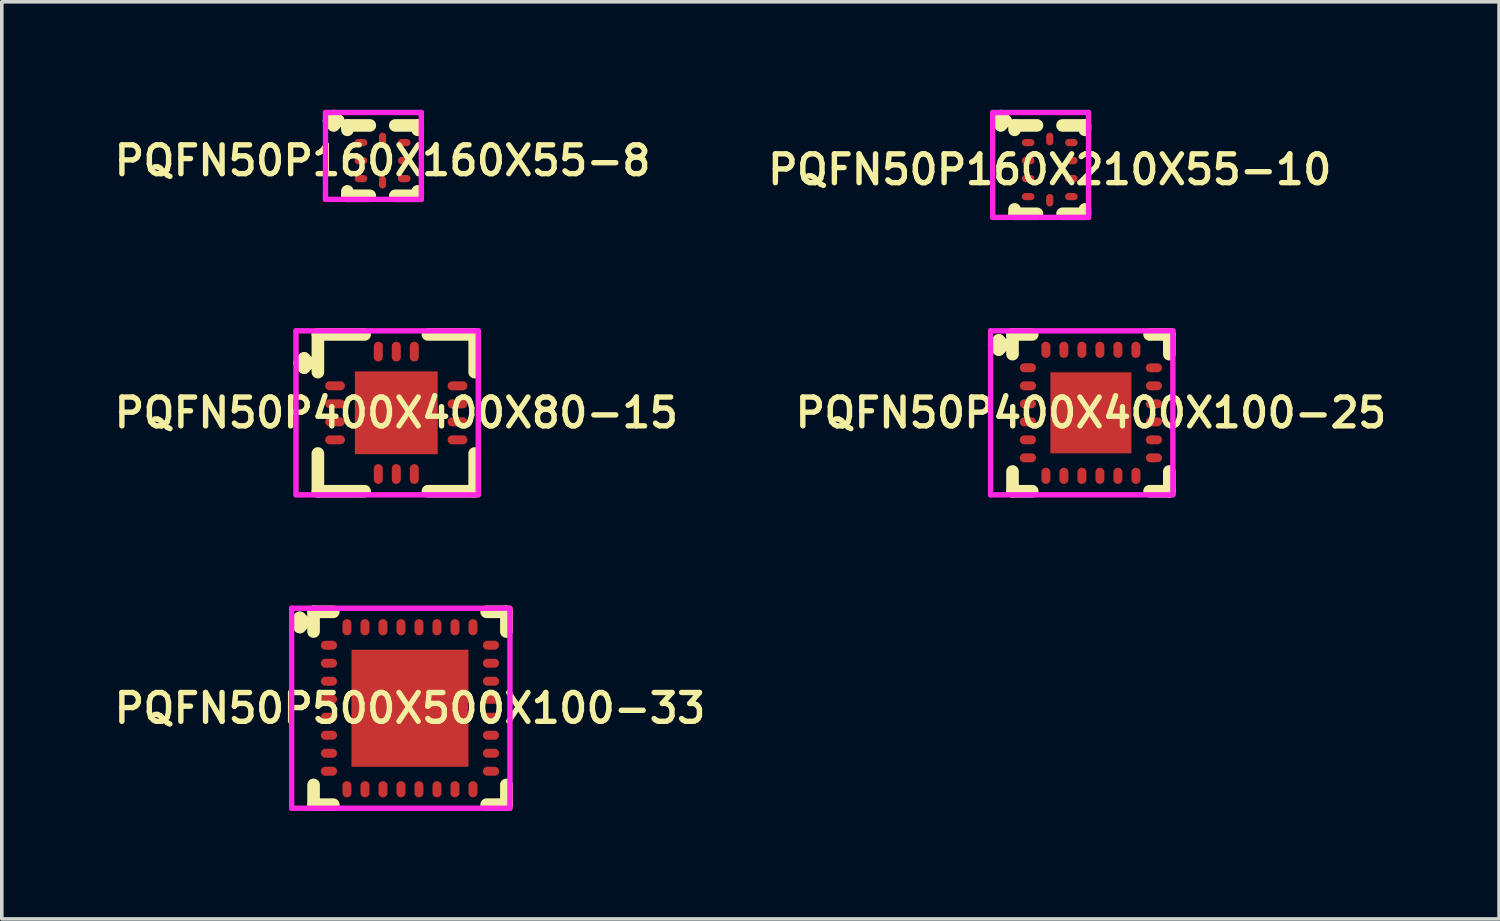
<source format=kicad_pcb>
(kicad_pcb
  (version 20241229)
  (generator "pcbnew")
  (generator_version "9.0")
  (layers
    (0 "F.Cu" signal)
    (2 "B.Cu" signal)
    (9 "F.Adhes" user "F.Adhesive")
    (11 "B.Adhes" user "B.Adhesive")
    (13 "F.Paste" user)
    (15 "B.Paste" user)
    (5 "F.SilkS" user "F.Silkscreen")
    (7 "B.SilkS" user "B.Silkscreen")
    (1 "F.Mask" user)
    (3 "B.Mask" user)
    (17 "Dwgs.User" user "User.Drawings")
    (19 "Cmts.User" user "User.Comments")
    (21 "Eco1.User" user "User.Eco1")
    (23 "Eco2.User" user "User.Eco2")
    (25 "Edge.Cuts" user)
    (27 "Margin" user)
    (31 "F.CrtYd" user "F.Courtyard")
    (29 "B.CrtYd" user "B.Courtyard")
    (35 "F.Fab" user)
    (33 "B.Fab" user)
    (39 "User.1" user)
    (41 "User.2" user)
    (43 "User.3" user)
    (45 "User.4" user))
  (footprint "PQFN50P400X400X80-15"
    (layer "F.Cu")
    (at 7.955 8.414)
    (property "Reference" "PQFN50P400X400X80-15" (at 0 0 0) (layer "F.SilkS") (effects (font (size 0.8 0.8) (thickness 0.15))))
    (attr smd)
    (fp_line (start -2.685 -1.383) (end -2.558 -1.51) (stroke (width 0.35) (type solid)) (layer "F.SilkS"))
    (fp_line (start -2.558 -1.51) (end -2.431 -1.383) (stroke (width 0.35) (type solid)) (layer "F.SilkS"))
    (fp_line (start -2.558 -1.256) (end -2.685 -1.383) (stroke (width 0.35) (type solid)) (layer "F.SilkS"))
    (fp_line (start -2.431 -1.383) (end -2.558 -1.256) (stroke (width 0.35) (type solid)) (layer "F.SilkS"))
    (fp_line (start -2.177 -2.177) (end -0.879 -2.177) (stroke (width 0.35) (type solid)) (layer "F.SilkS"))
    (fp_line (start -2.177 -1.129) (end -2.177 -2.177) (stroke (width 0.35) (type solid)) (layer "F.SilkS"))
    (fp_line (start -2.177 1.129) (end -2.177 2.177) (stroke (width 0.35) (type solid)) (layer "F.SilkS"))
    (fp_line (start -2.177 2.177) (end -0.879 2.177) (stroke (width 0.35) (type solid)) (layer "F.SilkS"))
    (fp_line (start 0.879 -2.177) (end 2.177 -2.177) (stroke (width 0.35) (type solid)) (layer "F.SilkS"))
    (fp_line (start 0.879 2.177) (end 2.177 2.177) (stroke (width 0.35) (type solid)) (layer "F.SilkS"))
    (fp_line (start 2.177 -2.177) (end 2.177 -1.129) (stroke (width 0.35) (type solid)) (layer "F.SilkS"))
    (fp_line (start 2.177 2.177) (end 2.177 1.129) (stroke (width 0.35) (type solid)) (layer "F.SilkS"))
    (fp_line (start -2.785 -2.277) (end 2.277 -2.277) (stroke (width 0.15) (type solid)) (layer "F.CrtYd"))
    (fp_line (start -2.785 2.277) (end -2.785 -2.277) (stroke (width 0.15) (type solid)) (layer "F.CrtYd"))
    (fp_line (start 2.277 -2.277) (end 2.277 2.277) (stroke (width 0.15) (type solid)) (layer "F.CrtYd"))
    (fp_line (start 2.277 2.277) (end -2.785 2.277) (stroke (width 0.15) (type solid)) (layer "F.CrtYd"))
    (pad "1" smd oval (at -1.7 -0.75) (size 0.55 0.25) (layers "F.Cu" "F.Mask" "F.Paste"))
    (pad "2" smd oval (at -1.7 -0.25) (size 0.55 0.25) (layers "F.Cu" "F.Mask" "F.Paste"))
    (pad "3" smd oval (at -1.7 0.25) (size 0.55 0.25) (layers "F.Cu" "F.Mask" "F.Paste"))
    (pad "4" smd oval (at -1.7 0.75) (size 0.55 0.25) (layers "F.Cu" "F.Mask" "F.Paste"))
    (pad "5" smd oval (at -0.5 1.7) (size 0.25 0.55) (layers "F.Cu" "F.Mask" "F.Paste"))
    (pad "6" smd oval (at 0 1.7) (size 0.25 0.55) (layers "F.Cu" "F.Mask" "F.Paste"))
    (pad "7" smd oval (at 0.5 1.7) (size 0.25 0.55) (layers "F.Cu" "F.Mask" "F.Paste"))
    (pad "8" smd oval (at 1.7 0.75) (size 0.55 0.25) (layers "F.Cu" "F.Mask" "F.Paste"))
    (pad "9" smd oval (at 1.7 0.25) (size 0.55 0.25) (layers "F.Cu" "F.Mask" "F.Paste"))
    (pad "10" smd oval (at 1.7 -0.25) (size 0.55 0.25) (layers "F.Cu" "F.Mask" "F.Paste"))
    (pad "11" smd oval (at 1.7 -0.75) (size 0.55 0.25) (layers "F.Cu" "F.Mask" "F.Paste"))
    (pad "12" smd oval (at 0.5 -1.7) (size 0.25 0.55) (layers "F.Cu" "F.Mask" "F.Paste"))
    (pad "13" smd oval (at 0 -1.7) (size 0.25 0.55) (layers "F.Cu" "F.Mask" "F.Paste"))
    (pad "14" smd oval (at -0.5 -1.7) (size 0.25 0.55) (layers "F.Cu" "F.Mask" "F.Paste"))
    (pad "15" smd rect (at 0 0) (size 2.3 2.3) (layers "F.Cu" "F.Mask" "F.Paste")))
  (footprint "PQFN50P160X210X55-10"
    (layer "F.Cu")
    (at 26.102 1.66)
    (property "Reference" "PQFN50P160X210X55-10" (at 0 0 0) (layer "F.SilkS") (effects (font (size 0.8 0.8) (thickness 0.15))))
    (attr smd)
    (fp_line (start -1.485 -1.358) (end -1.358 -1.485) (stroke (width 0.35) (type solid)) (layer "F.SilkS"))
    (fp_line (start -1.358 -1.485) (end -1.231 -1.358) (stroke (width 0.35) (type solid)) (layer "F.SilkS"))
    (fp_line (start -1.358 -1.231) (end -1.485 -1.358) (stroke (width 0.35) (type solid)) (layer "F.SilkS"))
    (fp_line (start -1.231 -1.358) (end -1.358 -1.231) (stroke (width 0.35) (type solid)) (layer "F.SilkS"))
    (fp_line (start -0.977 -1.227) (end -0.354 -1.227) (stroke (width 0.35) (type solid)) (layer "F.SilkS"))
    (fp_line (start -0.977 -1.104) (end -0.977 -1.227) (stroke (width 0.35) (type solid)) (layer "F.SilkS"))
    (fp_line (start -0.977 1.104) (end -0.977 1.227) (stroke (width 0.35) (type solid)) (layer "F.SilkS"))
    (fp_line (start -0.977 1.227) (end -0.354 1.227) (stroke (width 0.35) (type solid)) (layer "F.SilkS"))
    (fp_line (start 0.354 -1.227) (end 0.977 -1.227) (stroke (width 0.35) (type solid)) (layer "F.SilkS"))
    (fp_line (start 0.354 1.227) (end 0.977 1.227) (stroke (width 0.35) (type solid)) (layer "F.SilkS"))
    (fp_line (start 0.977 -1.227) (end 0.977 -1.104) (stroke (width 0.35) (type solid)) (layer "F.SilkS"))
    (fp_line (start 0.977 1.227) (end 0.977 1.104) (stroke (width 0.35) (type solid)) (layer "F.SilkS"))
    (fp_line (start -1.585 -1.585) (end 1.077 -1.585) (stroke (width 0.15) (type solid)) (layer "F.CrtYd"))
    (fp_line (start -1.585 1.327) (end -1.585 -1.585) (stroke (width 0.15) (type solid)) (layer "F.CrtYd"))
    (fp_line (start 1.077 -1.585) (end 1.077 1.327) (stroke (width 0.15) (type solid)) (layer "F.CrtYd"))
    (fp_line (start 1.077 1.327) (end -1.585 1.327) (stroke (width 0.15) (type solid)) (layer "F.CrtYd"))
    (pad "1" smd oval (at -0.6 -0.75) (size 0.35 0.2) (layers "F.Cu" "F.Mask" "F.Paste"))
    (pad "2" smd oval (at -0.6 -0.25) (size 0.35 0.2) (layers "F.Cu" "F.Mask" "F.Paste"))
    (pad "3" smd oval (at -0.6 0.25) (size 0.35 0.2) (layers "F.Cu" "F.Mask" "F.Paste"))
    (pad "4" smd oval (at -0.6 0.75) (size 0.35 0.2) (layers "F.Cu" "F.Mask" "F.Paste"))
    (pad "5" smd oval (at 0 0.85) (size 0.2 0.35) (layers "F.Cu" "F.Mask" "F.Paste"))
    (pad "6" smd oval (at 0.6 0.75) (size 0.35 0.2) (layers "F.Cu" "F.Mask" "F.Paste"))
    (pad "7" smd oval (at 0.6 0.25) (size 0.35 0.2) (layers "F.Cu" "F.Mask" "F.Paste"))
    (pad "8" smd oval (at 0.6 -0.25) (size 0.35 0.2) (layers "F.Cu" "F.Mask" "F.Paste"))
    (pad "9" smd oval (at 0.6 -0.75) (size 0.35 0.2) (layers "F.Cu" "F.Mask" "F.Paste"))
    (pad "10" smd oval (at 0 -0.85) (size 0.2 0.35) (layers "F.Cu" "F.Mask" "F.Paste")))
  (footprint "PQFN50P400X400X100-25"
    (layer "F.Cu")
    (at 27.245 8.414)
    (property "Reference" "PQFN50P400X400X100-25" (at 0 0 0) (layer "F.SilkS") (effects (font (size 0.8 0.8) (thickness 0.15))))
    (attr smd)
    (fp_line (start -2.685 -1.883) (end -2.558 -2.01) (stroke (width 0.35) (type solid)) (layer "F.SilkS"))
    (fp_line (start -2.558 -2.01) (end -2.431 -1.883) (stroke (width 0.35) (type solid)) (layer "F.SilkS"))
    (fp_line (start -2.558 -1.756) (end -2.685 -1.883) (stroke (width 0.35) (type solid)) (layer "F.SilkS"))
    (fp_line (start -2.431 -1.883) (end -2.558 -1.756) (stroke (width 0.35) (type solid)) (layer "F.SilkS"))
    (fp_line (start -2.177 -2.177) (end -1.629 -2.177) (stroke (width 0.35) (type solid)) (layer "F.SilkS"))
    (fp_line (start -2.177 -1.629) (end -2.177 -2.177) (stroke (width 0.35) (type solid)) (layer "F.SilkS"))
    (fp_line (start -2.177 1.629) (end -2.177 2.177) (stroke (width 0.35) (type solid)) (layer "F.SilkS"))
    (fp_line (start -2.177 2.177) (end -1.629 2.177) (stroke (width 0.35) (type solid)) (layer "F.SilkS"))
    (fp_line (start 1.629 -2.177) (end 2.177 -2.177) (stroke (width 0.35) (type solid)) (layer "F.SilkS"))
    (fp_line (start 1.629 2.177) (end 2.177 2.177) (stroke (width 0.35) (type solid)) (layer "F.SilkS"))
    (fp_line (start 2.177 -2.177) (end 2.177 -1.629) (stroke (width 0.35) (type solid)) (layer "F.SilkS"))
    (fp_line (start 2.177 2.177) (end 2.177 1.629) (stroke (width 0.35) (type solid)) (layer "F.SilkS"))
    (fp_line (start -2.785 -2.277) (end 2.277 -2.277) (stroke (width 0.15) (type solid)) (layer "F.CrtYd"))
    (fp_line (start -2.785 2.277) (end -2.785 -2.277) (stroke (width 0.15) (type solid)) (layer "F.CrtYd"))
    (fp_line (start 2.277 -2.277) (end 2.277 2.277) (stroke (width 0.15) (type solid)) (layer "F.CrtYd"))
    (fp_line (start 2.277 2.277) (end -2.785 2.277) (stroke (width 0.15) (type solid)) (layer "F.CrtYd"))
    (pad "1" smd oval (at -1.75 -1.25) (size 0.45 0.25) (layers "F.Cu" "F.Mask" "F.Paste"))
    (pad "2" smd oval (at -1.75 -0.75) (size 0.45 0.25) (layers "F.Cu" "F.Mask" "F.Paste"))
    (pad "3" smd oval (at -1.75 -0.25) (size 0.45 0.25) (layers "F.Cu" "F.Mask" "F.Paste"))
    (pad "4" smd oval (at -1.75 0.25) (size 0.45 0.25) (layers "F.Cu" "F.Mask" "F.Paste"))
    (pad "5" smd oval (at -1.75 0.75) (size 0.45 0.25) (layers "F.Cu" "F.Mask" "F.Paste"))
    (pad "6" smd oval (at -1.75 1.25) (size 0.45 0.25) (layers "F.Cu" "F.Mask" "F.Paste"))
    (pad "7" smd oval (at -1.25 1.75) (size 0.25 0.45) (layers "F.Cu" "F.Mask" "F.Paste"))
    (pad "8" smd oval (at -0.75 1.75) (size 0.25 0.45) (layers "F.Cu" "F.Mask" "F.Paste"))
    (pad "9" smd oval (at -0.25 1.75) (size 0.25 0.45) (layers "F.Cu" "F.Mask" "F.Paste"))
    (pad "10" smd oval (at 0.25 1.75) (size 0.25 0.45) (layers "F.Cu" "F.Mask" "F.Paste"))
    (pad "11" smd oval (at 0.75 1.75) (size 0.25 0.45) (layers "F.Cu" "F.Mask" "F.Paste"))
    (pad "12" smd oval (at 1.25 1.75) (size 0.25 0.45) (layers "F.Cu" "F.Mask" "F.Paste"))
    (pad "13" smd oval (at 1.75 1.25) (size 0.45 0.25) (layers "F.Cu" "F.Mask" "F.Paste"))
    (pad "14" smd oval (at 1.75 0.75) (size 0.45 0.25) (layers "F.Cu" "F.Mask" "F.Paste"))
    (pad "15" smd oval (at 1.75 0.25) (size 0.45 0.25) (layers "F.Cu" "F.Mask" "F.Paste"))
    (pad "16" smd oval (at 1.75 -0.25) (size 0.45 0.25) (layers "F.Cu" "F.Mask" "F.Paste"))
    (pad "17" smd oval (at 1.75 -0.75) (size 0.45 0.25) (layers "F.Cu" "F.Mask" "F.Paste"))
    (pad "18" smd oval (at 1.75 -1.25) (size 0.45 0.25) (layers "F.Cu" "F.Mask" "F.Paste"))
    (pad "19" smd oval (at 1.25 -1.75) (size 0.25 0.45) (layers "F.Cu" "F.Mask" "F.Paste"))
    (pad "20" smd oval (at 0.75 -1.75) (size 0.25 0.45) (layers "F.Cu" "F.Mask" "F.Paste"))
    (pad "21" smd oval (at 0.25 -1.75) (size 0.25 0.45) (layers "F.Cu" "F.Mask" "F.Paste"))
    (pad "22" smd oval (at -0.25 -1.75) (size 0.25 0.45) (layers "F.Cu" "F.Mask" "F.Paste"))
    (pad "23" smd oval (at -0.75 -1.75) (size 0.25 0.45) (layers "F.Cu" "F.Mask" "F.Paste"))
    (pad "24" smd oval (at -1.25 -1.75) (size 0.25 0.45) (layers "F.Cu" "F.Mask" "F.Paste"))
    (pad "25" smd rect (at 0 0) (size 2.25 2.25) (layers "F.Cu" "F.Mask" "F.Paste")))
  (footprint "PQFN50P500X500X100-33"
    (layer "F.Cu")
    (at 8.335 16.618)
    (property "Reference" "PQFN50P500X500X100-33" (at 0 0 0) (layer "F.SilkS") (effects (font (size 0.8 0.8) (thickness 0.15))))
    (attr smd)
    (fp_line (start -3.185 -2.383) (end -3.058 -2.51) (stroke (width 0.35) (type solid)) (layer "F.SilkS"))
    (fp_line (start -3.058 -2.51) (end -2.931 -2.383) (stroke (width 0.35) (type solid)) (layer "F.SilkS"))
    (fp_line (start -3.058 -2.256) (end -3.185 -2.383) (stroke (width 0.35) (type solid)) (layer "F.SilkS"))
    (fp_line (start -2.931 -2.383) (end -3.058 -2.256) (stroke (width 0.35) (type solid)) (layer "F.SilkS"))
    (fp_line (start -2.677 -2.677) (end -2.129 -2.677) (stroke (width 0.35) (type solid)) (layer "F.SilkS"))
    (fp_line (start -2.677 -2.129) (end -2.677 -2.677) (stroke (width 0.35) (type solid)) (layer "F.SilkS"))
    (fp_line (start -2.677 2.129) (end -2.677 2.677) (stroke (width 0.35) (type solid)) (layer "F.SilkS"))
    (fp_line (start -2.677 2.677) (end -2.129 2.677) (stroke (width 0.35) (type solid)) (layer "F.SilkS"))
    (fp_line (start 2.129 -2.677) (end 2.677 -2.677) (stroke (width 0.35) (type solid)) (layer "F.SilkS"))
    (fp_line (start 2.129 2.677) (end 2.677 2.677) (stroke (width 0.35) (type solid)) (layer "F.SilkS"))
    (fp_line (start 2.677 -2.677) (end 2.677 -2.129) (stroke (width 0.35) (type solid)) (layer "F.SilkS"))
    (fp_line (start 2.677 2.677) (end 2.677 2.129) (stroke (width 0.35) (type solid)) (layer "F.SilkS"))
    (fp_line (start -3.285 -2.777) (end 2.777 -2.777) (stroke (width 0.15) (type solid)) (layer "F.CrtYd"))
    (fp_line (start -3.285 2.777) (end -3.285 -2.777) (stroke (width 0.15) (type solid)) (layer "F.CrtYd"))
    (fp_line (start 2.777 -2.777) (end 2.777 2.777) (stroke (width 0.15) (type solid)) (layer "F.CrtYd"))
    (fp_line (start 2.777 2.777) (end -3.285 2.777) (stroke (width 0.15) (type solid)) (layer "F.CrtYd"))
    (pad "1" smd oval (at -2.25 -1.75) (size 0.45 0.25) (layers "F.Cu" "F.Mask" "F.Paste"))
    (pad "2" smd oval (at -2.25 -1.25) (size 0.45 0.25) (layers "F.Cu" "F.Mask" "F.Paste"))
    (pad "3" smd oval (at -2.25 -0.75) (size 0.45 0.25) (layers "F.Cu" "F.Mask" "F.Paste"))
    (pad "4" smd oval (at -2.25 -0.25) (size 0.45 0.25) (layers "F.Cu" "F.Mask" "F.Paste"))
    (pad "5" smd oval (at -2.25 0.25) (size 0.45 0.25) (layers "F.Cu" "F.Mask" "F.Paste"))
    (pad "6" smd oval (at -2.25 0.75) (size 0.45 0.25) (layers "F.Cu" "F.Mask" "F.Paste"))
    (pad "7" smd oval (at -2.25 1.25) (size 0.45 0.25) (layers "F.Cu" "F.Mask" "F.Paste"))
    (pad "8" smd oval (at -2.25 1.75) (size 0.45 0.25) (layers "F.Cu" "F.Mask" "F.Paste"))
    (pad "9" smd oval (at -1.75 2.25) (size 0.25 0.45) (layers "F.Cu" "F.Mask" "F.Paste"))
    (pad "10" smd oval (at -1.25 2.25) (size 0.25 0.45) (layers "F.Cu" "F.Mask" "F.Paste"))
    (pad "11" smd oval (at -0.75 2.25) (size 0.25 0.45) (layers "F.Cu" "F.Mask" "F.Paste"))
    (pad "12" smd oval (at -0.25 2.25) (size 0.25 0.45) (layers "F.Cu" "F.Mask" "F.Paste"))
    (pad "13" smd oval (at 0.25 2.25) (size 0.25 0.45) (layers "F.Cu" "F.Mask" "F.Paste"))
    (pad "14" smd oval (at 0.75 2.25) (size 0.25 0.45) (layers "F.Cu" "F.Mask" "F.Paste"))
    (pad "15" smd oval (at 1.25 2.25) (size 0.25 0.45) (layers "F.Cu" "F.Mask" "F.Paste"))
    (pad "16" smd oval (at 1.75 2.25) (size 0.25 0.45) (layers "F.Cu" "F.Mask" "F.Paste"))
    (pad "17" smd oval (at 2.25 1.75) (size 0.45 0.25) (layers "F.Cu" "F.Mask" "F.Paste"))
    (pad "18" smd oval (at 2.25 1.25) (size 0.45 0.25) (layers "F.Cu" "F.Mask" "F.Paste"))
    (pad "19" smd oval (at 2.25 0.75) (size 0.45 0.25) (layers "F.Cu" "F.Mask" "F.Paste"))
    (pad "20" smd oval (at 2.25 0.25) (size 0.45 0.25) (layers "F.Cu" "F.Mask" "F.Paste"))
    (pad "21" smd oval (at 2.25 -0.25) (size 0.45 0.25) (layers "F.Cu" "F.Mask" "F.Paste"))
    (pad "22" smd oval (at 2.25 -0.75) (size 0.45 0.25) (layers "F.Cu" "F.Mask" "F.Paste"))
    (pad "23" smd oval (at 2.25 -1.25) (size 0.45 0.25) (layers "F.Cu" "F.Mask" "F.Paste"))
    (pad "24" smd oval (at 2.25 -1.75) (size 0.45 0.25) (layers "F.Cu" "F.Mask" "F.Paste"))
    (pad "25" smd oval (at 1.75 -2.25) (size 0.25 0.45) (layers "F.Cu" "F.Mask" "F.Paste"))
    (pad "26" smd oval (at 1.25 -2.25) (size 0.25 0.45) (layers "F.Cu" "F.Mask" "F.Paste"))
    (pad "27" smd oval (at 0.75 -2.25) (size 0.25 0.45) (layers "F.Cu" "F.Mask" "F.Paste"))
    (pad "28" smd oval (at 0.25 -2.25) (size 0.25 0.45) (layers "F.Cu" "F.Mask" "F.Paste"))
    (pad "29" smd oval (at -0.25 -2.25) (size 0.25 0.45) (layers "F.Cu" "F.Mask" "F.Paste"))
    (pad "30" smd oval (at -0.75 -2.25) (size 0.25 0.45) (layers "F.Cu" "F.Mask" "F.Paste"))
    (pad "31" smd oval (at -1.25 -2.25) (size 0.25 0.45) (layers "F.Cu" "F.Mask" "F.Paste"))
    (pad "32" smd oval (at -1.75 -2.25) (size 0.25 0.45) (layers "F.Cu" "F.Mask" "F.Paste"))
    (pad "33" smd rect (at 0 0) (size 3.25 3.25) (layers "F.Cu" "F.Mask" "F.Paste")))
  (footprint "PQFN50P160X160X55-8"
    (layer "F.Cu")
    (at 7.574 1.41)
    (property "Reference" "PQFN50P160X160X55-8" (at 0 0 0) (layer "F.SilkS") (effects (font (size 0.8 0.8) (thickness 0.15))))
    (attr smd)
    (fp_line (start -1.485 -1.108) (end -1.358 -1.235) (stroke (width 0.35) (type solid)) (layer "F.SilkS"))
    (fp_line (start -1.358 -1.235) (end -1.231 -1.108) (stroke (width 0.35) (type solid)) (layer "F.SilkS"))
    (fp_line (start -1.358 -0.981) (end -1.485 -1.108) (stroke (width 0.35) (type solid)) (layer "F.SilkS"))
    (fp_line (start -1.231 -1.108) (end -1.358 -0.981) (stroke (width 0.35) (type solid)) (layer "F.SilkS"))
    (fp_line (start -0.977 -0.977) (end -0.354 -0.977) (stroke (width 0.35) (type solid)) (layer "F.SilkS"))
    (fp_line (start -0.977 -0.854) (end -0.977 -0.977) (stroke (width 0.35) (type solid)) (layer "F.SilkS"))
    (fp_line (start -0.977 0.854) (end -0.977 0.977) (stroke (width 0.35) (type solid)) (layer "F.SilkS"))
    (fp_line (start -0.977 0.977) (end -0.354 0.977) (stroke (width 0.35) (type solid)) (layer "F.SilkS"))
    (fp_line (start 0.354 -0.977) (end 0.977 -0.977) (stroke (width 0.35) (type solid)) (layer "F.SilkS"))
    (fp_line (start 0.354 0.977) (end 0.977 0.977) (stroke (width 0.35) (type solid)) (layer "F.SilkS"))
    (fp_line (start 0.977 -0.977) (end 0.977 -0.854) (stroke (width 0.35) (type solid)) (layer "F.SilkS"))
    (fp_line (start 0.977 0.977) (end 0.977 0.854) (stroke (width 0.35) (type solid)) (layer "F.SilkS"))
    (fp_line (start -1.585 -1.335) (end 1.077 -1.335) (stroke (width 0.15) (type solid)) (layer "F.CrtYd"))
    (fp_line (start -1.585 1.077) (end -1.585 -1.335) (stroke (width 0.15) (type solid)) (layer "F.CrtYd"))
    (fp_line (start 1.077 -1.335) (end 1.077 1.077) (stroke (width 0.15) (type solid)) (layer "F.CrtYd"))
    (fp_line (start 1.077 1.077) (end -1.585 1.077) (stroke (width 0.15) (type solid)) (layer "F.CrtYd"))
    (pad "1" smd oval (at -0.6 -0.5) (size 0.35 0.2) (layers "F.Cu" "F.Mask" "F.Paste"))
    (pad "2" smd oval (at -0.6 0) (size 0.35 0.2) (layers "F.Cu" "F.Mask" "F.Paste"))
    (pad "3" smd oval (at -0.6 0.5) (size 0.35 0.2) (layers "F.Cu" "F.Mask" "F.Paste"))
    (pad "4" smd oval (at 0 0.6) (size 0.2 0.35) (layers "F.Cu" "F.Mask" "F.Paste"))
    (pad "5" smd oval (at 0.6 0.5) (size 0.35 0.2) (layers "F.Cu" "F.Mask" "F.Paste"))
    (pad "6" smd oval (at 0.6 0) (size 0.35 0.2) (layers "F.Cu" "F.Mask" "F.Paste"))
    (pad "7" smd oval (at 0.6 -0.5) (size 0.35 0.2) (layers "F.Cu" "F.Mask" "F.Paste"))
    (pad "8" smd oval (at 0 -0.6) (size 0.2 0.35) (layers "F.Cu" "F.Mask" "F.Paste")))
  (gr_rect
    (start -3 -3)
    (end 38.58 22.47)
    (stroke (width 0.1) (type default))
    (fill no)
    (layer "Edge.Cuts")))
</source>
